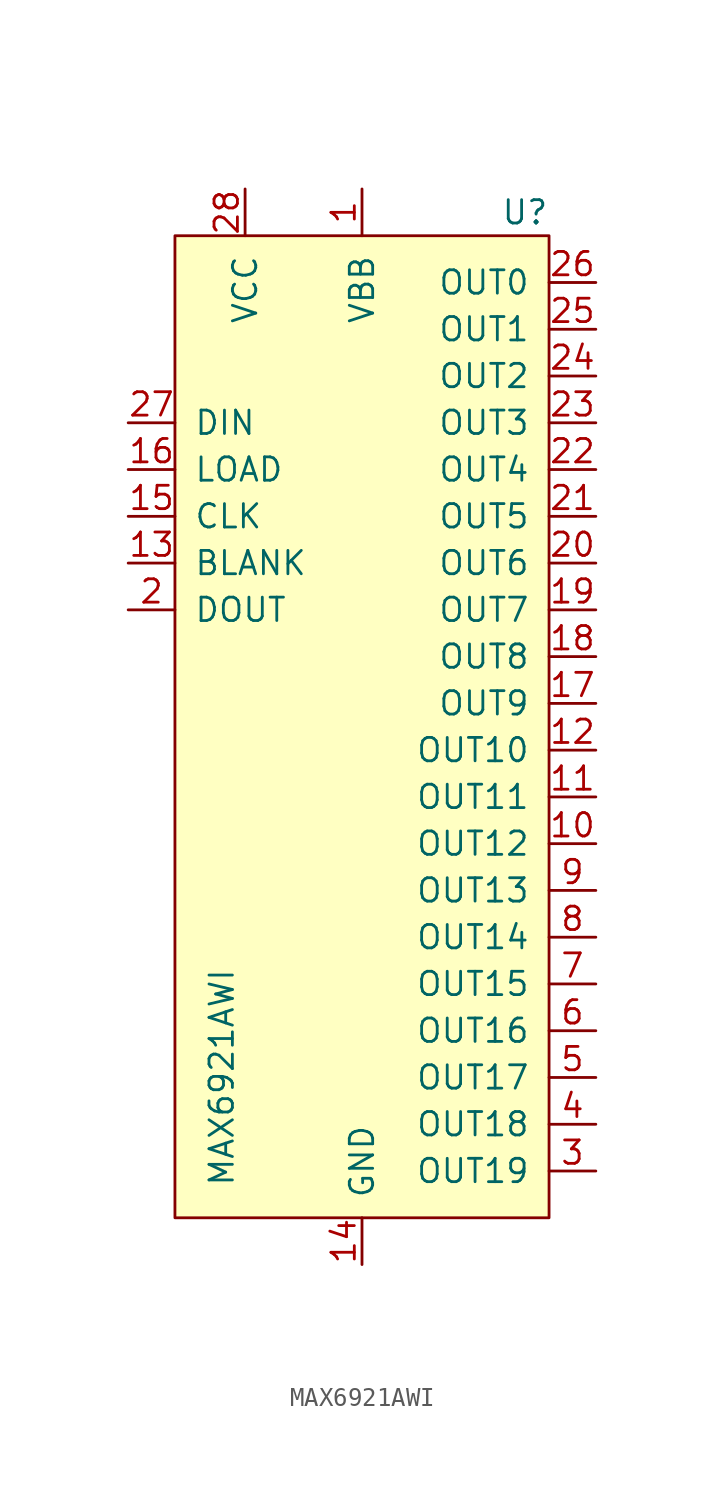
<source format=kicad_sym>
(kicad_symbol_lib
  (version 20241209)
  (generator "kicad_symbol_editor")
  (generator_version "9.0")
  (symbol "MAX6921AWI"
    (pin_names
      (offset 1.016))
    (property "Reference" "U"
      (at 10.16 26.67 0)
      (effects (font (size 1.27 1.27)) (justify right)))
    (property "Value" "MAX6921AWI"
      (at -7.62 -20.32 90)
      (effects (font (size 1.27 1.27))))
    (symbol "MAX6921AWI_0_1"
      (rectangle (start -10.16 25.4) (end 10.16 -27.94) (stroke (width 0) (type solid)) (fill (type background))))
    (symbol "MAX6921AWI_1_1"
      (pin input line (at -12.7 15.24 0) (length 2.54) (name "DIN" (effects (font (size 1.27 1.27)))) (number "27" (effects (font (size 1.27 1.27)))))
      (pin input line (at -12.7 12.7 0) (length 2.54) (name "LOAD" (effects (font (size 1.27 1.27)))) (number "16" (effects (font (size 1.27 1.27)))))
      (pin input line (at -12.7 10.16 0) (length 2.54) (name "CLK" (effects (font (size 1.27 1.27)))) (number "15" (effects (font (size 1.27 1.27)))))
      (pin input line (at -12.7 7.62 0) (length 2.54) (name "BLANK" (effects (font (size 1.27 1.27)))) (number "13" (effects (font (size 1.27 1.27)))))
      (pin output line (at -12.7 5.08 0) (length 2.54) (name "DOUT" (effects (font (size 1.27 1.27)))) (number "2" (effects (font (size 1.27 1.27)))))
      (pin input line (at -6.35 27.94 270) (length 2.54) (name "VCC" (effects (font (size 1.27 1.27)))) (number "28" (effects (font (size 1.27 1.27)))))
      (pin input line (at 0 27.94 270) (length 2.54) (name "VBB" (effects (font (size 1.27 1.27)))) (number "1" (effects (font (size 1.27 1.27)))))
      (pin input line (at 0 -30.48 90) (length 2.54) (name "GND" (effects (font (size 1.27 1.27)))) (number "14" (effects (font (size 1.27 1.27)))))
      (pin output line (at 12.7 22.86 180) (length 2.54) (name "OUT0" (effects (font (size 1.27 1.27)))) (number "26" (effects (font (size 1.27 1.27)))))
      (pin output line (at 12.7 20.32 180) (length 2.54) (name "OUT1" (effects (font (size 1.27 1.27)))) (number "25" (effects (font (size 1.27 1.27)))))
      (pin output line (at 12.7 17.78 180) (length 2.54) (name "OUT2" (effects (font (size 1.27 1.27)))) (number "24" (effects (font (size 1.27 1.27)))))
      (pin output line (at 12.7 15.24 180) (length 2.54) (name "OUT3" (effects (font (size 1.27 1.27)))) (number "23" (effects (font (size 1.27 1.27)))))
      (pin output line (at 12.7 12.7 180) (length 2.54) (name "OUT4" (effects (font (size 1.27 1.27)))) (number "22" (effects (font (size 1.27 1.27)))))
      (pin output line (at 12.7 10.16 180) (length 2.54) (name "OUT5" (effects (font (size 1.27 1.27)))) (number "21" (effects (font (size 1.27 1.27)))))
      (pin output line (at 12.7 7.62 180) (length 2.54) (name "OUT6" (effects (font (size 1.27 1.27)))) (number "20" (effects (font (size 1.27 1.27)))))
      (pin output line (at 12.7 5.08 180) (length 2.54) (name "OUT7" (effects (font (size 1.27 1.27)))) (number "19" (effects (font (size 1.27 1.27)))))
      (pin output line (at 12.7 2.54 180) (length 2.54) (name "OUT8" (effects (font (size 1.27 1.27)))) (number "18" (effects (font (size 1.27 1.27)))))
      (pin output line (at 12.7 0 180) (length 2.54) (name "OUT9" (effects (font (size 1.27 1.27)))) (number "17" (effects (font (size 1.27 1.27)))))
      (pin output line (at 12.7 -2.54 180) (length 2.54) (name "OUT10" (effects (font (size 1.27 1.27)))) (number "12" (effects (font (size 1.27 1.27)))))
      (pin output line (at 12.7 -5.08 180) (length 2.54) (name "OUT11" (effects (font (size 1.27 1.27)))) (number "11" (effects (font (size 1.27 1.27)))))
      (pin output line (at 12.7 -7.62 180) (length 2.54) (name "OUT12" (effects (font (size 1.27 1.27)))) (number "10" (effects (font (size 1.27 1.27)))))
      (pin output line (at 12.7 -10.16 180) (length 2.54) (name "OUT13" (effects (font (size 1.27 1.27)))) (number "9" (effects (font (size 1.27 1.27)))))
      (pin output line (at 12.7 -12.7 180) (length 2.54) (name "OUT14" (effects (font (size 1.27 1.27)))) (number "8" (effects (font (size 1.27 1.27)))))
      (pin output line (at 12.7 -15.24 180) (length 2.54) (name "OUT15" (effects (font (size 1.27 1.27)))) (number "7" (effects (font (size 1.27 1.27)))))
      (pin output line (at 12.7 -17.78 180) (length 2.54) (name "OUT16" (effects (font (size 1.27 1.27)))) (number "6" (effects (font (size 1.27 1.27)))))
      (pin output line (at 12.7 -20.32 180) (length 2.54) (name "OUT17" (effects (font (size 1.27 1.27)))) (number "5" (effects (font (size 1.27 1.27)))))
      (pin output line (at 12.7 -22.86 180) (length 2.54) (name "OUT18" (effects (font (size 1.27 1.27)))) (number "4" (effects (font (size 1.27 1.27)))))
      (pin output line (at 12.7 -25.4 180) (length 2.54) (name "OUT19" (effects (font (size 1.27 1.27)))) (number "3" (effects (font (size 1.27 1.27))))))))
</source>
